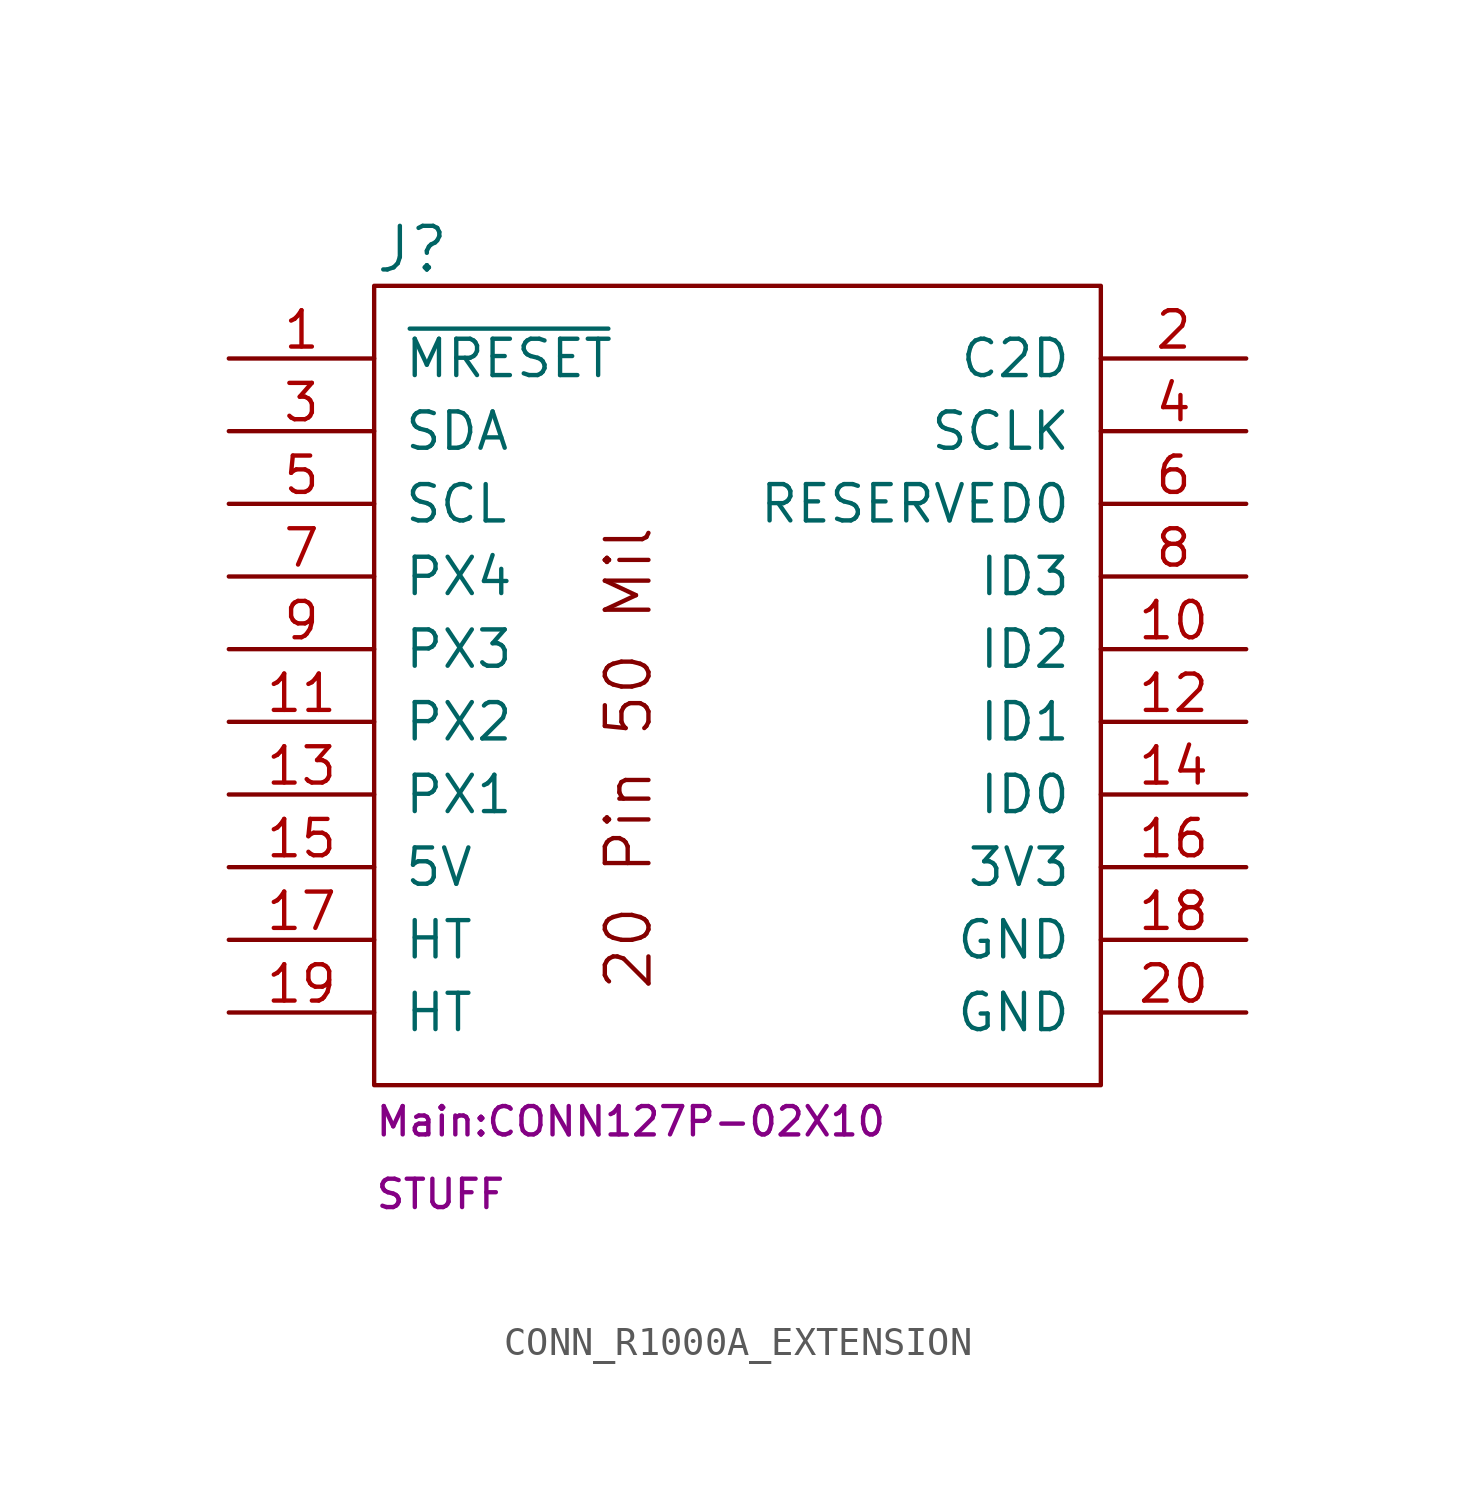
<source format=kicad_sym>
(kicad_symbol_lib
  (version 20211014)
  (generator kicad_symbol_editor)
  (symbol "CONN_R1000A_EXTENSION"
    (pin_names
      (offset 1.016))
    (property "Reference" "J"
      (at -12.7 15.24 0)
      (effects (font (size 1.524 1.524)) (justify left)))
    (property "Footprint" "Main:CONN127P-02X10"
      (at -12.7 -15.24 0)
      (effects (font (size 0.991 0.991)) (justify left)))
    (property "Datasheet" ""
      (at -5.08 0 0)
      (effects (font (size 1.524 1.524))))
    (property "SKU" "STUFF"
      (at -12.7 -17.78 0)
      (effects (font (size 0.991 0.991)) (justify left)))
    (symbol "CONN_R1000A_EXTENSION_0_0"
      (text "20 Pin 50 Mil" (at -3.81 -2.54 900) (effects (font (size 1.524 1.524)))))
    (symbol "CONN_R1000A_EXTENSION_0_1"
      (rectangle (start -12.7 13.97) (end 12.7 -13.97) (stroke (width 0) (type default) (color 0 0 0 0)) (fill (type none))))
    (symbol "CONN_R1000A_EXTENSION_1_1"
      (pin bidirectional line (at -17.78 11.43 0) (length 5.08) (name "~{MRESET}" (effects (font (size 1.27 1.27)))) (number "1" (effects (font (size 1.27 1.27)))))
      (pin bidirectional line (at 17.78 1.27 180) (length 5.08) (name "ID2" (effects (font (size 1.27 1.27)))) (number "10" (effects (font (size 1.27 1.27)))))
      (pin bidirectional line (at -17.78 -1.27 0) (length 5.08) (name "PX2" (effects (font (size 1.27 1.27)))) (number "11" (effects (font (size 1.27 1.27)))))
      (pin bidirectional line (at 17.78 -1.27 180) (length 5.08) (name "ID1" (effects (font (size 1.27 1.27)))) (number "12" (effects (font (size 1.27 1.27)))))
      (pin bidirectional line (at -17.78 -3.81 0) (length 5.08) (name "PX1" (effects (font (size 1.27 1.27)))) (number "13" (effects (font (size 1.27 1.27)))))
      (pin bidirectional line (at 17.78 -3.81 180) (length 5.08) (name "ID0" (effects (font (size 1.27 1.27)))) (number "14" (effects (font (size 1.27 1.27)))))
      (pin bidirectional line (at -17.78 -6.35 0) (length 5.08) (name "5V" (effects (font (size 1.27 1.27)))) (number "15" (effects (font (size 1.27 1.27)))))
      (pin bidirectional line (at 17.78 -6.35 180) (length 5.08) (name "3V3" (effects (font (size 1.27 1.27)))) (number "16" (effects (font (size 1.27 1.27)))))
      (pin bidirectional line (at -17.78 -8.89 0) (length 5.08) (name "HT" (effects (font (size 1.27 1.27)))) (number "17" (effects (font (size 1.27 1.27)))))
      (pin bidirectional line (at 17.78 -8.89 180) (length 5.08) (name "GND" (effects (font (size 1.27 1.27)))) (number "18" (effects (font (size 1.27 1.27)))))
      (pin bidirectional line (at -17.78 -11.43 0) (length 5.08) (name "HT" (effects (font (size 1.27 1.27)))) (number "19" (effects (font (size 1.27 1.27)))))
      (pin bidirectional line (at 17.78 11.43 180) (length 5.08) (name "C2D" (effects (font (size 1.27 1.27)))) (number "2" (effects (font (size 1.27 1.27)))))
      (pin bidirectional line (at 17.78 -11.43 180) (length 5.08) (name "GND" (effects (font (size 1.27 1.27)))) (number "20" (effects (font (size 1.27 1.27)))))
      (pin bidirectional line (at -17.78 8.89 0) (length 5.08) (name "SDA" (effects (font (size 1.27 1.27)))) (number "3" (effects (font (size 1.27 1.27)))))
      (pin bidirectional line (at 17.78 8.89 180) (length 5.08) (name "SCLK" (effects (font (size 1.27 1.27)))) (number "4" (effects (font (size 1.27 1.27)))))
      (pin bidirectional line (at -17.78 6.35 0) (length 5.08) (name "SCL" (effects (font (size 1.27 1.27)))) (number "5" (effects (font (size 1.27 1.27)))))
      (pin bidirectional line (at 17.78 6.35 180) (length 5.08) (name "RESERVED0" (effects (font (size 1.27 1.27)))) (number "6" (effects (font (size 1.27 1.27)))))
      (pin bidirectional line (at -17.78 3.81 0) (length 5.08) (name "PX4" (effects (font (size 1.27 1.27)))) (number "7" (effects (font (size 1.27 1.27)))))
      (pin bidirectional line (at 17.78 3.81 180) (length 5.08) (name "ID3" (effects (font (size 1.27 1.27)))) (number "8" (effects (font (size 1.27 1.27)))))
      (pin bidirectional line (at -17.78 1.27 0) (length 5.08) (name "PX3" (effects (font (size 1.27 1.27)))) (number "9" (effects (font (size 1.27 1.27))))))))
</source>
